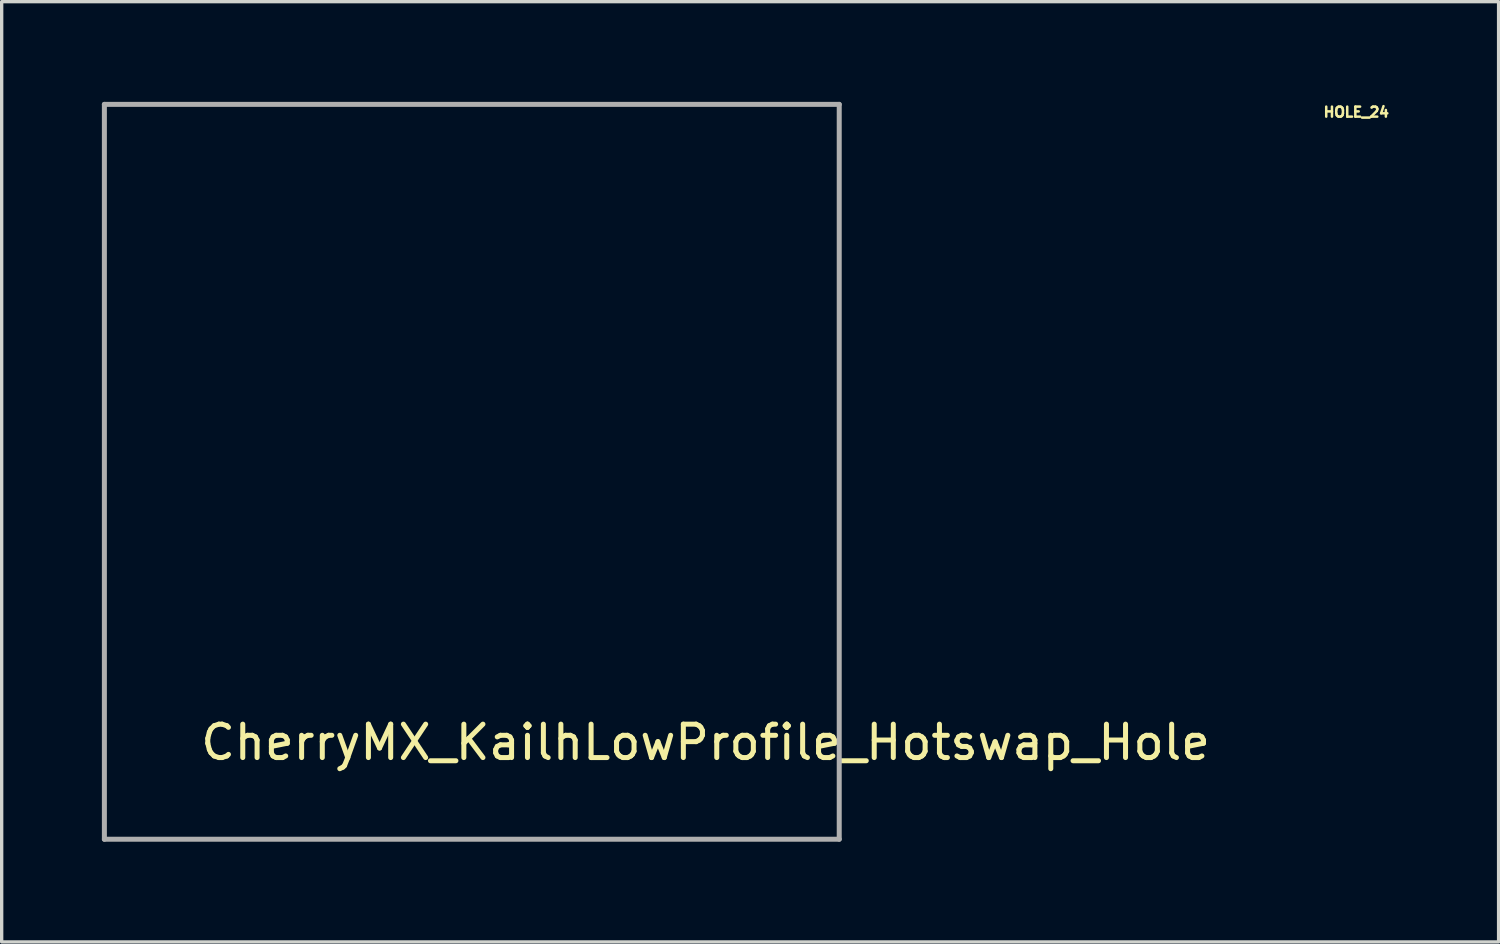
<source format=kicad_pcb>
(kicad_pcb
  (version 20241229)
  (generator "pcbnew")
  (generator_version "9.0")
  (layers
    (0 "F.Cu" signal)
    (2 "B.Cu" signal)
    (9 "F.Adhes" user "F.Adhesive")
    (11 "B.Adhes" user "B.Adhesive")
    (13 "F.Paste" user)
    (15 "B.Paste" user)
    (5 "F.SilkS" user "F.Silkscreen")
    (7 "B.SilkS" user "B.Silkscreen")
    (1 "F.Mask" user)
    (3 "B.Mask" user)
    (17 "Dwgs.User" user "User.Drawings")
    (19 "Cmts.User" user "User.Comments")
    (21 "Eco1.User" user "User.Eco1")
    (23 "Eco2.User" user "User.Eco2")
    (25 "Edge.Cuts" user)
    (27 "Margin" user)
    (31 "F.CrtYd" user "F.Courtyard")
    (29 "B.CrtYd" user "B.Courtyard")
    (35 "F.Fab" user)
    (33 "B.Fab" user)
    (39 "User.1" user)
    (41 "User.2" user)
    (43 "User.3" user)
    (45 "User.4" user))
  (footprint "CherryMX_KailhLowProfile_Hotswap_Hole"
    (layer "F.Cu")
    (at 11.075 11.075)
    (property "Reference" "CherryMX_KailhLowProfile_Hotswap_Hole" (at 7 8.1 0) (layer "F.SilkS") (effects (font (size 1 1) (thickness 0.15))))
    (attr through_hole)
    (fp_line (start -7 -7) (end 7 -7) (stroke (width 0.15) (type solid)) (layer "Eco2.User"))
    (fp_line (start -7 7) (end -7 -7) (stroke (width 0.15) (type solid)) (layer "Eco2.User"))
    (fp_line (start 7 -7) (end 7 7) (stroke (width 0.15) (type solid)) (layer "Eco2.User"))
    (fp_line (start 7 7) (end -7 7) (stroke (width 0.15) (type solid)) (layer "Eco2.User"))
    (fp_line (start -11 -11) (end -11 11) (stroke (width 0.15) (type solid)) (layer "F.Fab"))
    (fp_line (start -11 11) (end 11 11) (stroke (width 0.15) (type solid)) (layer "F.Fab"))
    (fp_line (start 11 -11) (end -11 -11) (stroke (width 0.15) (type solid)) (layer "F.Fab"))
    (fp_line (start 11 11) (end 11 -11) (stroke (width 0.15) (type solid)) (layer "F.Fab")))
  (footprint "HOLE_24"
    (layer "F.Cu")
    (at 37.555 2.847)
    (property "Reference" "HOLE_24" (at 0 -2.54 0) (layer "F.SilkS") (effects (font (size 0.3 0.3) (thickness 0.076))))
    (attr through_hole)
    (fp_circle (center 0 0) (end 1.2 -0.01) (stroke (width 0.12) (type solid)) (fill no) (layer "Eco2.User")))
  (gr_rect
    (start -3 -3)
    (end 41.815 25.15)
    (stroke (width 0.1) (type default))
    (fill no)
    (layer "Edge.Cuts")))
</source>
